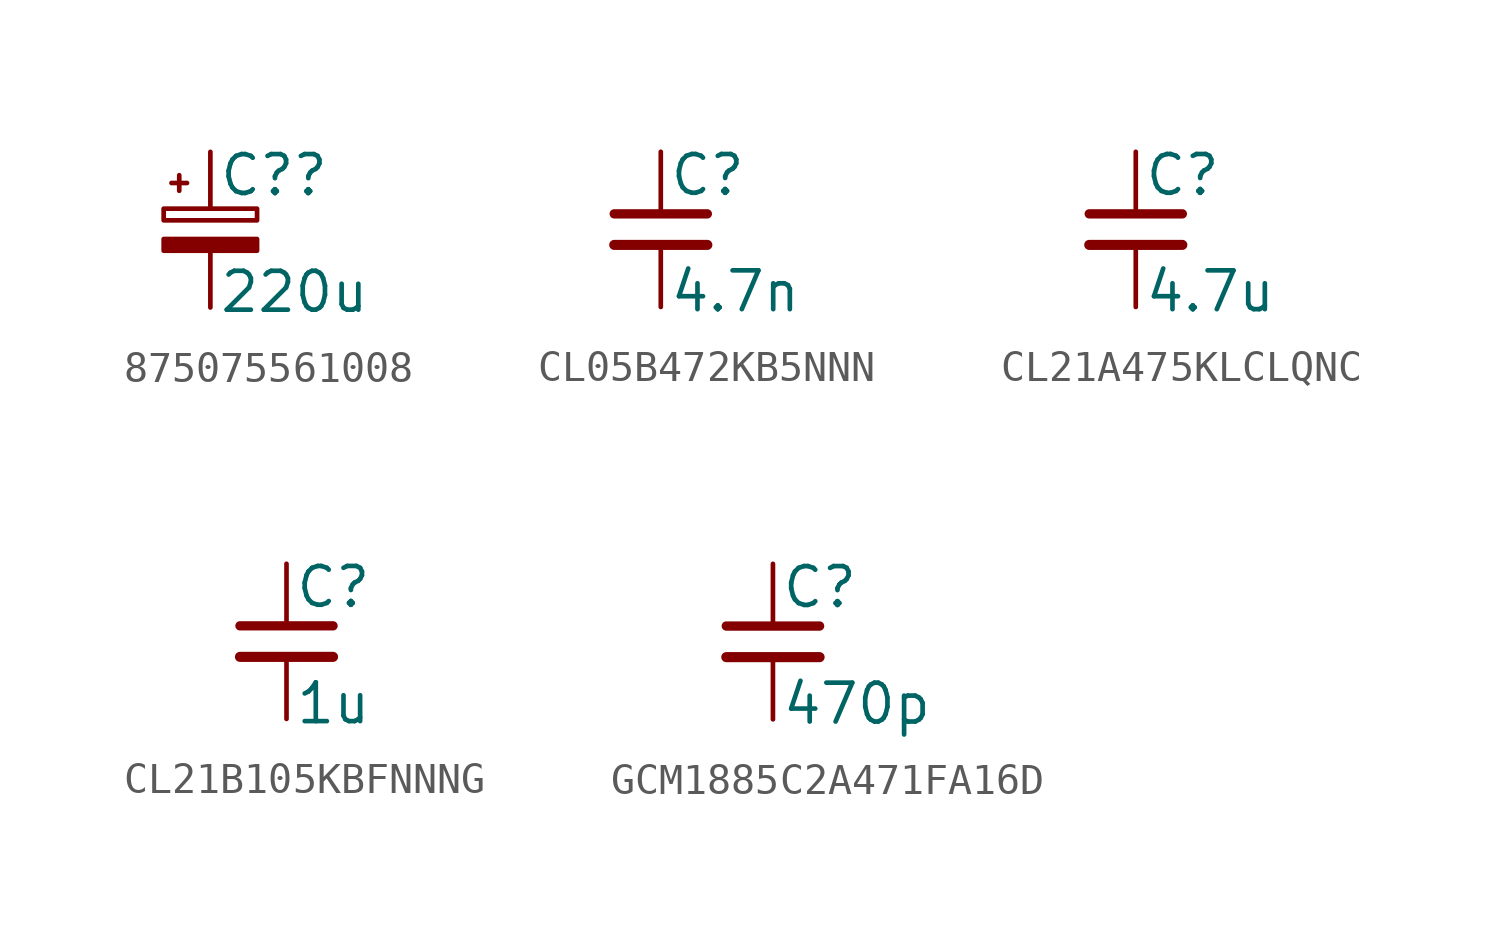
<source format=kicad_sym>
(kicad_symbol_lib
  (version 20220914)
  (generator kicad_symbol_editor)
  (symbol "875075561008"
    (pin_numbers hide)
    (pin_names
      (offset 0.254) hide)
    (property "Reference" "C?"
      (at 0.254 1.778 0)
      (effects (font (size 1.27 1.27)) (justify left)))
    (property "Value" "220u"
      (at 0.254 -2.032 0)
      (effects (font (size 1.27 1.27)) (justify left)))
    (symbol "875075561008_0_1"
      (rectangle (start -1.524 -0.305) (end 1.524 -0.686) (stroke (width 0) (type default)) (fill (type outline)))
      (rectangle (start -1.524 0.686) (end 1.524 0.305) (stroke (width 0) (type default)) (fill (type none)))
      (polyline (pts (xy -1.27 1.524) (xy -0.762 1.524)) (stroke (width 0) (type default)) (fill (type none)))
      (polyline (pts (xy -1.016 1.27) (xy -1.016 1.778)) (stroke (width 0) (type default)) (fill (type none))))
    (symbol "875075561008_1_1"
      (pin passive line (at 0 2.54 270) (length 1.854) (name "~" (effects (font (size 1.27 1.27)))) (number "1" (effects (font (size 1.27 1.27)))))
      (pin passive line (at 0 -2.54 90) (length 1.854) (name "~" (effects (font (size 1.27 1.27)))) (number "2" (effects (font (size 1.27 1.27)))))))
  (symbol "CL05B472KB5NNN"
    (pin_numbers hide)
    (pin_names
      (offset 0.254) hide)
    (property "Reference" "C"
      (at 0.254 1.778 0)
      (effects (font (size 1.27 1.27)) (justify left)))
    (property "Value" "4.7n"
      (at 0.254 -2.032 0)
      (effects (font (size 1.27 1.27)) (justify left)))
    (symbol "CL05B472KB5NNN_0_1"
      (polyline (pts (xy -1.524 -0.508) (xy 1.524 -0.508)) (stroke (width 0.33) (type default)) (fill (type none)))
      (polyline (pts (xy -1.524 0.508) (xy 1.524 0.508)) (stroke (width 0.305) (type default)) (fill (type none))))
    (symbol "CL05B472KB5NNN_1_1"
      (pin passive line (at 0 2.54 270) (length 2.032) (name "~" (effects (font (size 1.27 1.27)))) (number "1" (effects (font (size 1.27 1.27)))))
      (pin passive line (at 0 -2.54 90) (length 2.032) (name "~" (effects (font (size 1.27 1.27)))) (number "2" (effects (font (size 1.27 1.27)))))))
  (symbol "CL21A475KLCLQNC"
    (pin_numbers hide)
    (pin_names
      (offset 0.254) hide)
    (property "Reference" "C"
      (at 0.254 1.778 0)
      (effects (font (size 1.27 1.27)) (justify left)))
    (property "Value" "4.7u"
      (at 0.254 -2.032 0)
      (effects (font (size 1.27 1.27)) (justify left)))
    (symbol "CL21A475KLCLQNC_0_1"
      (polyline (pts (xy -1.524 -0.508) (xy 1.524 -0.508)) (stroke (width 0.33) (type default)) (fill (type none)))
      (polyline (pts (xy -1.524 0.508) (xy 1.524 0.508)) (stroke (width 0.305) (type default)) (fill (type none))))
    (symbol "CL21A475KLCLQNC_1_1"
      (pin passive line (at 0 2.54 270) (length 2.032) (name "~" (effects (font (size 1.27 1.27)))) (number "1" (effects (font (size 1.27 1.27)))))
      (pin passive line (at 0 -2.54 90) (length 2.032) (name "~" (effects (font (size 1.27 1.27)))) (number "2" (effects (font (size 1.27 1.27)))))))
  (symbol "CL21B105KBFNNNG"
    (pin_numbers hide)
    (pin_names
      (offset 0.254) hide)
    (property "Reference" "C"
      (at 0.254 1.778 0)
      (effects (font (size 1.27 1.27)) (justify left)))
    (property "Value" "1u"
      (at 0.254 -2.032 0)
      (effects (font (size 1.27 1.27)) (justify left)))
    (symbol "CL21B105KBFNNNG_0_1"
      (polyline (pts (xy -1.524 -0.508) (xy 1.524 -0.508)) (stroke (width 0.33) (type default)) (fill (type none)))
      (polyline (pts (xy -1.524 0.508) (xy 1.524 0.508)) (stroke (width 0.305) (type default)) (fill (type none))))
    (symbol "CL21B105KBFNNNG_1_1"
      (pin passive line (at 0 2.54 270) (length 2.032) (name "~" (effects (font (size 1.27 1.27)))) (number "1" (effects (font (size 1.27 1.27)))))
      (pin passive line (at 0 -2.54 90) (length 2.032) (name "~" (effects (font (size 1.27 1.27)))) (number "2" (effects (font (size 1.27 1.27)))))))
  (symbol "GCM1885C2A471FA16D"
    (pin_numbers hide)
    (pin_names
      (offset 0.254) hide)
    (property "Reference" "C"
      (at 0.254 1.778 0)
      (effects (font (size 1.27 1.27)) (justify left)))
    (property "Value" "470p"
      (at 0.254 -2.032 0)
      (effects (font (size 1.27 1.27)) (justify left)))
    (symbol "GCM1885C2A471FA16D_0_1"
      (polyline (pts (xy -1.524 -0.508) (xy 1.524 -0.508)) (stroke (width 0.33) (type default)) (fill (type none)))
      (polyline (pts (xy -1.524 0.508) (xy 1.524 0.508)) (stroke (width 0.305) (type default)) (fill (type none))))
    (symbol "GCM1885C2A471FA16D_1_1"
      (pin passive line (at 0 2.54 270) (length 2.032) (name "~" (effects (font (size 1.27 1.27)))) (number "1" (effects (font (size 1.27 1.27)))))
      (pin passive line (at 0 -2.54 90) (length 2.032) (name "~" (effects (font (size 1.27 1.27)))) (number "2" (effects (font (size 1.27 1.27))))))))
</source>
